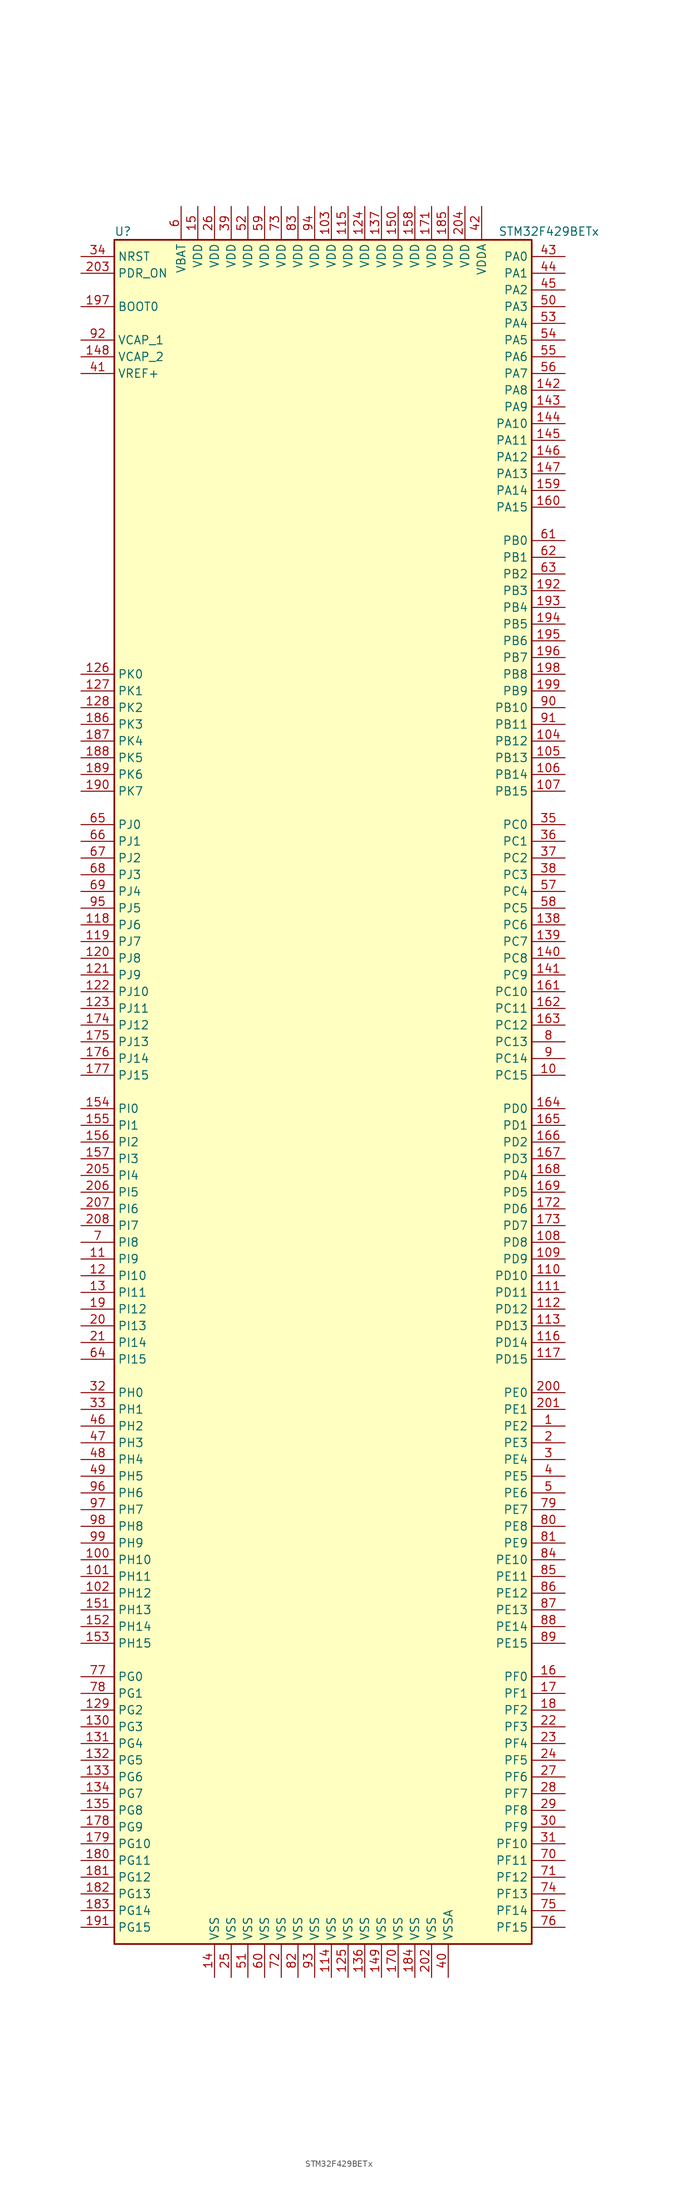
<source format=kicad_sym>
(kicad_symbol_lib
  (version 20201005)
  (generator kicad_symbol_editor)
  (symbol "STM32F429BETx"
    (property "Reference" "U"
      (at -33.02 130.81 0)
      (effects (font (size 1.27 1.27)) (justify left)))
    (property "Value" "STM32F429BETx"
      (at 25.4 130.81 0)
      (effects (font (size 1.27 1.27)) (justify left)))
    (symbol "STM32F429BETx_0_1"
      (rectangle (start -33.02 -129.54) (end 30.48 129.54) (stroke (width 0.254)) (fill (type background))))
    (symbol "STM32F429BETx_1_1"
      (pin input line (at -38.1 119.38 0) (length 5.08) (name "BOOT0" (effects (font (size 1.27 1.27)))) (number "197" (effects (font (size 1.27 1.27)))))
      (pin input line (at -38.1 127 0) (length 5.08) (name "NRST" (effects (font (size 1.27 1.27)))) (number "34" (effects (font (size 1.27 1.27)))))
      (pin bidirectional line (at 35.56 127 180) (length 5.08) (name "PA0" (effects (font (size 1.27 1.27)))) (number "43" (effects (font (size 1.27 1.27)))))
      (pin bidirectional line (at 35.56 124.46 180) (length 5.08) (name "PA1" (effects (font (size 1.27 1.27)))) (number "44" (effects (font (size 1.27 1.27)))))
      (pin bidirectional line (at 35.56 101.6 180) (length 5.08) (name "PA10" (effects (font (size 1.27 1.27)))) (number "144" (effects (font (size 1.27 1.27)))))
      (pin bidirectional line (at 35.56 99.06 180) (length 5.08) (name "PA11" (effects (font (size 1.27 1.27)))) (number "145" (effects (font (size 1.27 1.27)))))
      (pin bidirectional line (at 35.56 96.52 180) (length 5.08) (name "PA12" (effects (font (size 1.27 1.27)))) (number "146" (effects (font (size 1.27 1.27)))))
      (pin bidirectional line (at 35.56 93.98 180) (length 5.08) (name "PA13" (effects (font (size 1.27 1.27)))) (number "147" (effects (font (size 1.27 1.27)))))
      (pin bidirectional line (at 35.56 91.44 180) (length 5.08) (name "PA14" (effects (font (size 1.27 1.27)))) (number "159" (effects (font (size 1.27 1.27)))))
      (pin bidirectional line (at 35.56 88.9 180) (length 5.08) (name "PA15" (effects (font (size 1.27 1.27)))) (number "160" (effects (font (size 1.27 1.27)))))
      (pin bidirectional line (at 35.56 121.92 180) (length 5.08) (name "PA2" (effects (font (size 1.27 1.27)))) (number "45" (effects (font (size 1.27 1.27)))))
      (pin bidirectional line (at 35.56 119.38 180) (length 5.08) (name "PA3" (effects (font (size 1.27 1.27)))) (number "50" (effects (font (size 1.27 1.27)))))
      (pin bidirectional line (at 35.56 116.84 180) (length 5.08) (name "PA4" (effects (font (size 1.27 1.27)))) (number "53" (effects (font (size 1.27 1.27)))))
      (pin bidirectional line (at 35.56 114.3 180) (length 5.08) (name "PA5" (effects (font (size 1.27 1.27)))) (number "54" (effects (font (size 1.27 1.27)))))
      (pin bidirectional line (at 35.56 111.76 180) (length 5.08) (name "PA6" (effects (font (size 1.27 1.27)))) (number "55" (effects (font (size 1.27 1.27)))))
      (pin bidirectional line (at 35.56 109.22 180) (length 5.08) (name "PA7" (effects (font (size 1.27 1.27)))) (number "56" (effects (font (size 1.27 1.27)))))
      (pin bidirectional line (at 35.56 106.68 180) (length 5.08) (name "PA8" (effects (font (size 1.27 1.27)))) (number "142" (effects (font (size 1.27 1.27)))))
      (pin bidirectional line (at 35.56 104.14 180) (length 5.08) (name "PA9" (effects (font (size 1.27 1.27)))) (number "143" (effects (font (size 1.27 1.27)))))
      (pin bidirectional line (at 35.56 83.82 180) (length 5.08) (name "PB0" (effects (font (size 1.27 1.27)))) (number "61" (effects (font (size 1.27 1.27)))))
      (pin bidirectional line (at 35.56 81.28 180) (length 5.08) (name "PB1" (effects (font (size 1.27 1.27)))) (number "62" (effects (font (size 1.27 1.27)))))
      (pin bidirectional line (at 35.56 58.42 180) (length 5.08) (name "PB10" (effects (font (size 1.27 1.27)))) (number "90" (effects (font (size 1.27 1.27)))))
      (pin bidirectional line (at 35.56 55.88 180) (length 5.08) (name "PB11" (effects (font (size 1.27 1.27)))) (number "91" (effects (font (size 1.27 1.27)))))
      (pin bidirectional line (at 35.56 53.34 180) (length 5.08) (name "PB12" (effects (font (size 1.27 1.27)))) (number "104" (effects (font (size 1.27 1.27)))))
      (pin bidirectional line (at 35.56 50.8 180) (length 5.08) (name "PB13" (effects (font (size 1.27 1.27)))) (number "105" (effects (font (size 1.27 1.27)))))
      (pin bidirectional line (at 35.56 48.26 180) (length 5.08) (name "PB14" (effects (font (size 1.27 1.27)))) (number "106" (effects (font (size 1.27 1.27)))))
      (pin bidirectional line (at 35.56 45.72 180) (length 5.08) (name "PB15" (effects (font (size 1.27 1.27)))) (number "107" (effects (font (size 1.27 1.27)))))
      (pin bidirectional line (at 35.56 78.74 180) (length 5.08) (name "PB2" (effects (font (size 1.27 1.27)))) (number "63" (effects (font (size 1.27 1.27)))))
      (pin bidirectional line (at 35.56 76.2 180) (length 5.08) (name "PB3" (effects (font (size 1.27 1.27)))) (number "192" (effects (font (size 1.27 1.27)))))
      (pin bidirectional line (at 35.56 73.66 180) (length 5.08) (name "PB4" (effects (font (size 1.27 1.27)))) (number "193" (effects (font (size 1.27 1.27)))))
      (pin bidirectional line (at 35.56 71.12 180) (length 5.08) (name "PB5" (effects (font (size 1.27 1.27)))) (number "194" (effects (font (size 1.27 1.27)))))
      (pin bidirectional line (at 35.56 68.58 180) (length 5.08) (name "PB6" (effects (font (size 1.27 1.27)))) (number "195" (effects (font (size 1.27 1.27)))))
      (pin bidirectional line (at 35.56 66.04 180) (length 5.08) (name "PB7" (effects (font (size 1.27 1.27)))) (number "196" (effects (font (size 1.27 1.27)))))
      (pin bidirectional line (at 35.56 63.5 180) (length 5.08) (name "PB8" (effects (font (size 1.27 1.27)))) (number "198" (effects (font (size 1.27 1.27)))))
      (pin bidirectional line (at 35.56 60.96 180) (length 5.08) (name "PB9" (effects (font (size 1.27 1.27)))) (number "199" (effects (font (size 1.27 1.27)))))
      (pin bidirectional line (at 35.56 40.64 180) (length 5.08) (name "PC0" (effects (font (size 1.27 1.27)))) (number "35" (effects (font (size 1.27 1.27)))))
      (pin bidirectional line (at 35.56 38.1 180) (length 5.08) (name "PC1" (effects (font (size 1.27 1.27)))) (number "36" (effects (font (size 1.27 1.27)))))
      (pin bidirectional line (at 35.56 15.24 180) (length 5.08) (name "PC10" (effects (font (size 1.27 1.27)))) (number "161" (effects (font (size 1.27 1.27)))))
      (pin bidirectional line (at 35.56 12.7 180) (length 5.08) (name "PC11" (effects (font (size 1.27 1.27)))) (number "162" (effects (font (size 1.27 1.27)))))
      (pin bidirectional line (at 35.56 10.16 180) (length 5.08) (name "PC12" (effects (font (size 1.27 1.27)))) (number "163" (effects (font (size 1.27 1.27)))))
      (pin bidirectional line (at 35.56 7.62 180) (length 5.08) (name "PC13" (effects (font (size 1.27 1.27)))) (number "8" (effects (font (size 1.27 1.27)))))
      (pin bidirectional line (at 35.56 5.08 180) (length 5.08) (name "PC14" (effects (font (size 1.27 1.27)))) (number "9" (effects (font (size 1.27 1.27)))))
      (pin bidirectional line (at 35.56 2.54 180) (length 5.08) (name "PC15" (effects (font (size 1.27 1.27)))) (number "10" (effects (font (size 1.27 1.27)))))
      (pin bidirectional line (at 35.56 35.56 180) (length 5.08) (name "PC2" (effects (font (size 1.27 1.27)))) (number "37" (effects (font (size 1.27 1.27)))))
      (pin bidirectional line (at 35.56 33.02 180) (length 5.08) (name "PC3" (effects (font (size 1.27 1.27)))) (number "38" (effects (font (size 1.27 1.27)))))
      (pin bidirectional line (at 35.56 30.48 180) (length 5.08) (name "PC4" (effects (font (size 1.27 1.27)))) (number "57" (effects (font (size 1.27 1.27)))))
      (pin bidirectional line (at 35.56 27.94 180) (length 5.08) (name "PC5" (effects (font (size 1.27 1.27)))) (number "58" (effects (font (size 1.27 1.27)))))
      (pin bidirectional line (at 35.56 25.4 180) (length 5.08) (name "PC6" (effects (font (size 1.27 1.27)))) (number "138" (effects (font (size 1.27 1.27)))))
      (pin bidirectional line (at 35.56 22.86 180) (length 5.08) (name "PC7" (effects (font (size 1.27 1.27)))) (number "139" (effects (font (size 1.27 1.27)))))
      (pin bidirectional line (at 35.56 20.32 180) (length 5.08) (name "PC8" (effects (font (size 1.27 1.27)))) (number "140" (effects (font (size 1.27 1.27)))))
      (pin bidirectional line (at 35.56 17.78 180) (length 5.08) (name "PC9" (effects (font (size 1.27 1.27)))) (number "141" (effects (font (size 1.27 1.27)))))
      (pin bidirectional line (at 35.56 -2.54 180) (length 5.08) (name "PD0" (effects (font (size 1.27 1.27)))) (number "164" (effects (font (size 1.27 1.27)))))
      (pin bidirectional line (at 35.56 -5.08 180) (length 5.08) (name "PD1" (effects (font (size 1.27 1.27)))) (number "165" (effects (font (size 1.27 1.27)))))
      (pin bidirectional line (at 35.56 -27.94 180) (length 5.08) (name "PD10" (effects (font (size 1.27 1.27)))) (number "110" (effects (font (size 1.27 1.27)))))
      (pin bidirectional line (at 35.56 -30.48 180) (length 5.08) (name "PD11" (effects (font (size 1.27 1.27)))) (number "111" (effects (font (size 1.27 1.27)))))
      (pin bidirectional line (at 35.56 -33.02 180) (length 5.08) (name "PD12" (effects (font (size 1.27 1.27)))) (number "112" (effects (font (size 1.27 1.27)))))
      (pin bidirectional line (at 35.56 -35.56 180) (length 5.08) (name "PD13" (effects (font (size 1.27 1.27)))) (number "113" (effects (font (size 1.27 1.27)))))
      (pin bidirectional line (at 35.56 -38.1 180) (length 5.08) (name "PD14" (effects (font (size 1.27 1.27)))) (number "116" (effects (font (size 1.27 1.27)))))
      (pin bidirectional line (at 35.56 -40.64 180) (length 5.08) (name "PD15" (effects (font (size 1.27 1.27)))) (number "117" (effects (font (size 1.27 1.27)))))
      (pin bidirectional line (at 35.56 -7.62 180) (length 5.08) (name "PD2" (effects (font (size 1.27 1.27)))) (number "166" (effects (font (size 1.27 1.27)))))
      (pin bidirectional line (at 35.56 -10.16 180) (length 5.08) (name "PD3" (effects (font (size 1.27 1.27)))) (number "167" (effects (font (size 1.27 1.27)))))
      (pin bidirectional line (at 35.56 -12.7 180) (length 5.08) (name "PD4" (effects (font (size 1.27 1.27)))) (number "168" (effects (font (size 1.27 1.27)))))
      (pin bidirectional line (at 35.56 -15.24 180) (length 5.08) (name "PD5" (effects (font (size 1.27 1.27)))) (number "169" (effects (font (size 1.27 1.27)))))
      (pin bidirectional line (at 35.56 -17.78 180) (length 5.08) (name "PD6" (effects (font (size 1.27 1.27)))) (number "172" (effects (font (size 1.27 1.27)))))
      (pin bidirectional line (at 35.56 -20.32 180) (length 5.08) (name "PD7" (effects (font (size 1.27 1.27)))) (number "173" (effects (font (size 1.27 1.27)))))
      (pin bidirectional line (at 35.56 -22.86 180) (length 5.08) (name "PD8" (effects (font (size 1.27 1.27)))) (number "108" (effects (font (size 1.27 1.27)))))
      (pin bidirectional line (at 35.56 -25.4 180) (length 5.08) (name "PD9" (effects (font (size 1.27 1.27)))) (number "109" (effects (font (size 1.27 1.27)))))
      (pin input line (at -38.1 124.46 0) (length 5.08) (name "PDR_ON" (effects (font (size 1.27 1.27)))) (number "203" (effects (font (size 1.27 1.27)))))
      (pin bidirectional line (at 35.56 -45.72 180) (length 5.08) (name "PE0" (effects (font (size 1.27 1.27)))) (number "200" (effects (font (size 1.27 1.27)))))
      (pin bidirectional line (at 35.56 -48.26 180) (length 5.08) (name "PE1" (effects (font (size 1.27 1.27)))) (number "201" (effects (font (size 1.27 1.27)))))
      (pin bidirectional line (at 35.56 -71.12 180) (length 5.08) (name "PE10" (effects (font (size 1.27 1.27)))) (number "84" (effects (font (size 1.27 1.27)))))
      (pin bidirectional line (at 35.56 -73.66 180) (length 5.08) (name "PE11" (effects (font (size 1.27 1.27)))) (number "85" (effects (font (size 1.27 1.27)))))
      (pin bidirectional line (at 35.56 -76.2 180) (length 5.08) (name "PE12" (effects (font (size 1.27 1.27)))) (number "86" (effects (font (size 1.27 1.27)))))
      (pin bidirectional line (at 35.56 -78.74 180) (length 5.08) (name "PE13" (effects (font (size 1.27 1.27)))) (number "87" (effects (font (size 1.27 1.27)))))
      (pin bidirectional line (at 35.56 -81.28 180) (length 5.08) (name "PE14" (effects (font (size 1.27 1.27)))) (number "88" (effects (font (size 1.27 1.27)))))
      (pin bidirectional line (at 35.56 -83.82 180) (length 5.08) (name "PE15" (effects (font (size 1.27 1.27)))) (number "89" (effects (font (size 1.27 1.27)))))
      (pin bidirectional line (at 35.56 -50.8 180) (length 5.08) (name "PE2" (effects (font (size 1.27 1.27)))) (number "1" (effects (font (size 1.27 1.27)))))
      (pin bidirectional line (at 35.56 -53.34 180) (length 5.08) (name "PE3" (effects (font (size 1.27 1.27)))) (number "2" (effects (font (size 1.27 1.27)))))
      (pin bidirectional line (at 35.56 -55.88 180) (length 5.08) (name "PE4" (effects (font (size 1.27 1.27)))) (number "3" (effects (font (size 1.27 1.27)))))
      (pin bidirectional line (at 35.56 -58.42 180) (length 5.08) (name "PE5" (effects (font (size 1.27 1.27)))) (number "4" (effects (font (size 1.27 1.27)))))
      (pin bidirectional line (at 35.56 -60.96 180) (length 5.08) (name "PE6" (effects (font (size 1.27 1.27)))) (number "5" (effects (font (size 1.27 1.27)))))
      (pin bidirectional line (at 35.56 -63.5 180) (length 5.08) (name "PE7" (effects (font (size 1.27 1.27)))) (number "79" (effects (font (size 1.27 1.27)))))
      (pin bidirectional line (at 35.56 -66.04 180) (length 5.08) (name "PE8" (effects (font (size 1.27 1.27)))) (number "80" (effects (font (size 1.27 1.27)))))
      (pin bidirectional line (at 35.56 -68.58 180) (length 5.08) (name "PE9" (effects (font (size 1.27 1.27)))) (number "81" (effects (font (size 1.27 1.27)))))
      (pin bidirectional line (at 35.56 -88.9 180) (length 5.08) (name "PF0" (effects (font (size 1.27 1.27)))) (number "16" (effects (font (size 1.27 1.27)))))
      (pin bidirectional line (at 35.56 -91.44 180) (length 5.08) (name "PF1" (effects (font (size 1.27 1.27)))) (number "17" (effects (font (size 1.27 1.27)))))
      (pin bidirectional line (at 35.56 -114.3 180) (length 5.08) (name "PF10" (effects (font (size 1.27 1.27)))) (number "31" (effects (font (size 1.27 1.27)))))
      (pin bidirectional line (at 35.56 -116.84 180) (length 5.08) (name "PF11" (effects (font (size 1.27 1.27)))) (number "70" (effects (font (size 1.27 1.27)))))
      (pin bidirectional line (at 35.56 -119.38 180) (length 5.08) (name "PF12" (effects (font (size 1.27 1.27)))) (number "71" (effects (font (size 1.27 1.27)))))
      (pin bidirectional line (at 35.56 -121.92 180) (length 5.08) (name "PF13" (effects (font (size 1.27 1.27)))) (number "74" (effects (font (size 1.27 1.27)))))
      (pin bidirectional line (at 35.56 -124.46 180) (length 5.08) (name "PF14" (effects (font (size 1.27 1.27)))) (number "75" (effects (font (size 1.27 1.27)))))
      (pin bidirectional line (at 35.56 -127 180) (length 5.08) (name "PF15" (effects (font (size 1.27 1.27)))) (number "76" (effects (font (size 1.27 1.27)))))
      (pin bidirectional line (at 35.56 -93.98 180) (length 5.08) (name "PF2" (effects (font (size 1.27 1.27)))) (number "18" (effects (font (size 1.27 1.27)))))
      (pin bidirectional line (at 35.56 -96.52 180) (length 5.08) (name "PF3" (effects (font (size 1.27 1.27)))) (number "22" (effects (font (size 1.27 1.27)))))
      (pin bidirectional line (at 35.56 -99.06 180) (length 5.08) (name "PF4" (effects (font (size 1.27 1.27)))) (number "23" (effects (font (size 1.27 1.27)))))
      (pin bidirectional line (at 35.56 -101.6 180) (length 5.08) (name "PF5" (effects (font (size 1.27 1.27)))) (number "24" (effects (font (size 1.27 1.27)))))
      (pin bidirectional line (at 35.56 -104.14 180) (length 5.08) (name "PF6" (effects (font (size 1.27 1.27)))) (number "27" (effects (font (size 1.27 1.27)))))
      (pin bidirectional line (at 35.56 -106.68 180) (length 5.08) (name "PF7" (effects (font (size 1.27 1.27)))) (number "28" (effects (font (size 1.27 1.27)))))
      (pin bidirectional line (at 35.56 -109.22 180) (length 5.08) (name "PF8" (effects (font (size 1.27 1.27)))) (number "29" (effects (font (size 1.27 1.27)))))
      (pin bidirectional line (at 35.56 -111.76 180) (length 5.08) (name "PF9" (effects (font (size 1.27 1.27)))) (number "30" (effects (font (size 1.27 1.27)))))
      (pin bidirectional line (at -38.1 -88.9 0) (length 5.08) (name "PG0" (effects (font (size 1.27 1.27)))) (number "77" (effects (font (size 1.27 1.27)))))
      (pin bidirectional line (at -38.1 -91.44 0) (length 5.08) (name "PG1" (effects (font (size 1.27 1.27)))) (number "78" (effects (font (size 1.27 1.27)))))
      (pin bidirectional line (at -38.1 -114.3 0) (length 5.08) (name "PG10" (effects (font (size 1.27 1.27)))) (number "179" (effects (font (size 1.27 1.27)))))
      (pin bidirectional line (at -38.1 -116.84 0) (length 5.08) (name "PG11" (effects (font (size 1.27 1.27)))) (number "180" (effects (font (size 1.27 1.27)))))
      (pin bidirectional line (at -38.1 -119.38 0) (length 5.08) (name "PG12" (effects (font (size 1.27 1.27)))) (number "181" (effects (font (size 1.27 1.27)))))
      (pin bidirectional line (at -38.1 -121.92 0) (length 5.08) (name "PG13" (effects (font (size 1.27 1.27)))) (number "182" (effects (font (size 1.27 1.27)))))
      (pin bidirectional line (at -38.1 -124.46 0) (length 5.08) (name "PG14" (effects (font (size 1.27 1.27)))) (number "183" (effects (font (size 1.27 1.27)))))
      (pin bidirectional line (at -38.1 -127 0) (length 5.08) (name "PG15" (effects (font (size 1.27 1.27)))) (number "191" (effects (font (size 1.27 1.27)))))
      (pin bidirectional line (at -38.1 -93.98 0) (length 5.08) (name "PG2" (effects (font (size 1.27 1.27)))) (number "129" (effects (font (size 1.27 1.27)))))
      (pin bidirectional line (at -38.1 -96.52 0) (length 5.08) (name "PG3" (effects (font (size 1.27 1.27)))) (number "130" (effects (font (size 1.27 1.27)))))
      (pin bidirectional line (at -38.1 -99.06 0) (length 5.08) (name "PG4" (effects (font (size 1.27 1.27)))) (number "131" (effects (font (size 1.27 1.27)))))
      (pin bidirectional line (at -38.1 -101.6 0) (length 5.08) (name "PG5" (effects (font (size 1.27 1.27)))) (number "132" (effects (font (size 1.27 1.27)))))
      (pin bidirectional line (at -38.1 -104.14 0) (length 5.08) (name "PG6" (effects (font (size 1.27 1.27)))) (number "133" (effects (font (size 1.27 1.27)))))
      (pin bidirectional line (at -38.1 -106.68 0) (length 5.08) (name "PG7" (effects (font (size 1.27 1.27)))) (number "134" (effects (font (size 1.27 1.27)))))
      (pin bidirectional line (at -38.1 -109.22 0) (length 5.08) (name "PG8" (effects (font (size 1.27 1.27)))) (number "135" (effects (font (size 1.27 1.27)))))
      (pin bidirectional line (at -38.1 -111.76 0) (length 5.08) (name "PG9" (effects (font (size 1.27 1.27)))) (number "178" (effects (font (size 1.27 1.27)))))
      (pin input line (at -38.1 -45.72 0) (length 5.08) (name "PH0" (effects (font (size 1.27 1.27)))) (number "32" (effects (font (size 1.27 1.27)))))
      (pin input line (at -38.1 -48.26 0) (length 5.08) (name "PH1" (effects (font (size 1.27 1.27)))) (number "33" (effects (font (size 1.27 1.27)))))
      (pin bidirectional line (at -38.1 -71.12 0) (length 5.08) (name "PH10" (effects (font (size 1.27 1.27)))) (number "100" (effects (font (size 1.27 1.27)))))
      (pin bidirectional line (at -38.1 -73.66 0) (length 5.08) (name "PH11" (effects (font (size 1.27 1.27)))) (number "101" (effects (font (size 1.27 1.27)))))
      (pin bidirectional line (at -38.1 -76.2 0) (length 5.08) (name "PH12" (effects (font (size 1.27 1.27)))) (number "102" (effects (font (size 1.27 1.27)))))
      (pin bidirectional line (at -38.1 -78.74 0) (length 5.08) (name "PH13" (effects (font (size 1.27 1.27)))) (number "151" (effects (font (size 1.27 1.27)))))
      (pin bidirectional line (at -38.1 -81.28 0) (length 5.08) (name "PH14" (effects (font (size 1.27 1.27)))) (number "152" (effects (font (size 1.27 1.27)))))
      (pin bidirectional line (at -38.1 -83.82 0) (length 5.08) (name "PH15" (effects (font (size 1.27 1.27)))) (number "153" (effects (font (size 1.27 1.27)))))
      (pin bidirectional line (at -38.1 -50.8 0) (length 5.08) (name "PH2" (effects (font (size 1.27 1.27)))) (number "46" (effects (font (size 1.27 1.27)))))
      (pin bidirectional line (at -38.1 -53.34 0) (length 5.08) (name "PH3" (effects (font (size 1.27 1.27)))) (number "47" (effects (font (size 1.27 1.27)))))
      (pin bidirectional line (at -38.1 -55.88 0) (length 5.08) (name "PH4" (effects (font (size 1.27 1.27)))) (number "48" (effects (font (size 1.27 1.27)))))
      (pin bidirectional line (at -38.1 -58.42 0) (length 5.08) (name "PH5" (effects (font (size 1.27 1.27)))) (number "49" (effects (font (size 1.27 1.27)))))
      (pin bidirectional line (at -38.1 -60.96 0) (length 5.08) (name "PH6" (effects (font (size 1.27 1.27)))) (number "96" (effects (font (size 1.27 1.27)))))
      (pin bidirectional line (at -38.1 -63.5 0) (length 5.08) (name "PH7" (effects (font (size 1.27 1.27)))) (number "97" (effects (font (size 1.27 1.27)))))
      (pin bidirectional line (at -38.1 -66.04 0) (length 5.08) (name "PH8" (effects (font (size 1.27 1.27)))) (number "98" (effects (font (size 1.27 1.27)))))
      (pin bidirectional line (at -38.1 -68.58 0) (length 5.08) (name "PH9" (effects (font (size 1.27 1.27)))) (number "99" (effects (font (size 1.27 1.27)))))
      (pin bidirectional line (at -38.1 -2.54 0) (length 5.08) (name "PI0" (effects (font (size 1.27 1.27)))) (number "154" (effects (font (size 1.27 1.27)))))
      (pin bidirectional line (at -38.1 -5.08 0) (length 5.08) (name "PI1" (effects (font (size 1.27 1.27)))) (number "155" (effects (font (size 1.27 1.27)))))
      (pin bidirectional line (at -38.1 -27.94 0) (length 5.08) (name "PI10" (effects (font (size 1.27 1.27)))) (number "12" (effects (font (size 1.27 1.27)))))
      (pin bidirectional line (at -38.1 -30.48 0) (length 5.08) (name "PI11" (effects (font (size 1.27 1.27)))) (number "13" (effects (font (size 1.27 1.27)))))
      (pin bidirectional line (at -38.1 -33.02 0) (length 5.08) (name "PI12" (effects (font (size 1.27 1.27)))) (number "19" (effects (font (size 1.27 1.27)))))
      (pin bidirectional line (at -38.1 -35.56 0) (length 5.08) (name "PI13" (effects (font (size 1.27 1.27)))) (number "20" (effects (font (size 1.27 1.27)))))
      (pin bidirectional line (at -38.1 -38.1 0) (length 5.08) (name "PI14" (effects (font (size 1.27 1.27)))) (number "21" (effects (font (size 1.27 1.27)))))
      (pin bidirectional line (at -38.1 -40.64 0) (length 5.08) (name "PI15" (effects (font (size 1.27 1.27)))) (number "64" (effects (font (size 1.27 1.27)))))
      (pin bidirectional line (at -38.1 -7.62 0) (length 5.08) (name "PI2" (effects (font (size 1.27 1.27)))) (number "156" (effects (font (size 1.27 1.27)))))
      (pin bidirectional line (at -38.1 -10.16 0) (length 5.08) (name "PI3" (effects (font (size 1.27 1.27)))) (number "157" (effects (font (size 1.27 1.27)))))
      (pin bidirectional line (at -38.1 -12.7 0) (length 5.08) (name "PI4" (effects (font (size 1.27 1.27)))) (number "205" (effects (font (size 1.27 1.27)))))
      (pin bidirectional line (at -38.1 -15.24 0) (length 5.08) (name "PI5" (effects (font (size 1.27 1.27)))) (number "206" (effects (font (size 1.27 1.27)))))
      (pin bidirectional line (at -38.1 -17.78 0) (length 5.08) (name "PI6" (effects (font (size 1.27 1.27)))) (number "207" (effects (font (size 1.27 1.27)))))
      (pin bidirectional line (at -38.1 -20.32 0) (length 5.08) (name "PI7" (effects (font (size 1.27 1.27)))) (number "208" (effects (font (size 1.27 1.27)))))
      (pin bidirectional line (at -38.1 -22.86 0) (length 5.08) (name "PI8" (effects (font (size 1.27 1.27)))) (number "7" (effects (font (size 1.27 1.27)))))
      (pin bidirectional line (at -38.1 -25.4 0) (length 5.08) (name "PI9" (effects (font (size 1.27 1.27)))) (number "11" (effects (font (size 1.27 1.27)))))
      (pin bidirectional line (at -38.1 40.64 0) (length 5.08) (name "PJ0" (effects (font (size 1.27 1.27)))) (number "65" (effects (font (size 1.27 1.27)))))
      (pin bidirectional line (at -38.1 38.1 0) (length 5.08) (name "PJ1" (effects (font (size 1.27 1.27)))) (number "66" (effects (font (size 1.27 1.27)))))
      (pin bidirectional line (at -38.1 15.24 0) (length 5.08) (name "PJ10" (effects (font (size 1.27 1.27)))) (number "122" (effects (font (size 1.27 1.27)))))
      (pin bidirectional line (at -38.1 12.7 0) (length 5.08) (name "PJ11" (effects (font (size 1.27 1.27)))) (number "123" (effects (font (size 1.27 1.27)))))
      (pin bidirectional line (at -38.1 10.16 0) (length 5.08) (name "PJ12" (effects (font (size 1.27 1.27)))) (number "174" (effects (font (size 1.27 1.27)))))
      (pin bidirectional line (at -38.1 7.62 0) (length 5.08) (name "PJ13" (effects (font (size 1.27 1.27)))) (number "175" (effects (font (size 1.27 1.27)))))
      (pin bidirectional line (at -38.1 5.08 0) (length 5.08) (name "PJ14" (effects (font (size 1.27 1.27)))) (number "176" (effects (font (size 1.27 1.27)))))
      (pin bidirectional line (at -38.1 2.54 0) (length 5.08) (name "PJ15" (effects (font (size 1.27 1.27)))) (number "177" (effects (font (size 1.27 1.27)))))
      (pin bidirectional line (at -38.1 35.56 0) (length 5.08) (name "PJ2" (effects (font (size 1.27 1.27)))) (number "67" (effects (font (size 1.27 1.27)))))
      (pin bidirectional line (at -38.1 33.02 0) (length 5.08) (name "PJ3" (effects (font (size 1.27 1.27)))) (number "68" (effects (font (size 1.27 1.27)))))
      (pin bidirectional line (at -38.1 30.48 0) (length 5.08) (name "PJ4" (effects (font (size 1.27 1.27)))) (number "69" (effects (font (size 1.27 1.27)))))
      (pin bidirectional line (at -38.1 27.94 0) (length 5.08) (name "PJ5" (effects (font (size 1.27 1.27)))) (number "95" (effects (font (size 1.27 1.27)))))
      (pin bidirectional line (at -38.1 25.4 0) (length 5.08) (name "PJ6" (effects (font (size 1.27 1.27)))) (number "118" (effects (font (size 1.27 1.27)))))
      (pin bidirectional line (at -38.1 22.86 0) (length 5.08) (name "PJ7" (effects (font (size 1.27 1.27)))) (number "119" (effects (font (size 1.27 1.27)))))
      (pin bidirectional line (at -38.1 20.32 0) (length 5.08) (name "PJ8" (effects (font (size 1.27 1.27)))) (number "120" (effects (font (size 1.27 1.27)))))
      (pin bidirectional line (at -38.1 17.78 0) (length 5.08) (name "PJ9" (effects (font (size 1.27 1.27)))) (number "121" (effects (font (size 1.27 1.27)))))
      (pin bidirectional line (at -38.1 63.5 0) (length 5.08) (name "PK0" (effects (font (size 1.27 1.27)))) (number "126" (effects (font (size 1.27 1.27)))))
      (pin bidirectional line (at -38.1 60.96 0) (length 5.08) (name "PK1" (effects (font (size 1.27 1.27)))) (number "127" (effects (font (size 1.27 1.27)))))
      (pin bidirectional line (at -38.1 58.42 0) (length 5.08) (name "PK2" (effects (font (size 1.27 1.27)))) (number "128" (effects (font (size 1.27 1.27)))))
      (pin bidirectional line (at -38.1 55.88 0) (length 5.08) (name "PK3" (effects (font (size 1.27 1.27)))) (number "186" (effects (font (size 1.27 1.27)))))
      (pin bidirectional line (at -38.1 53.34 0) (length 5.08) (name "PK4" (effects (font (size 1.27 1.27)))) (number "187" (effects (font (size 1.27 1.27)))))
      (pin bidirectional line (at -38.1 50.8 0) (length 5.08) (name "PK5" (effects (font (size 1.27 1.27)))) (number "188" (effects (font (size 1.27 1.27)))))
      (pin bidirectional line (at -38.1 48.26 0) (length 5.08) (name "PK6" (effects (font (size 1.27 1.27)))) (number "189" (effects (font (size 1.27 1.27)))))
      (pin bidirectional line (at -38.1 45.72 0) (length 5.08) (name "PK7" (effects (font (size 1.27 1.27)))) (number "190" (effects (font (size 1.27 1.27)))))
      (pin power_in line (at -22.86 134.62 270) (length 5.08) (name "VBAT" (effects (font (size 1.27 1.27)))) (number "6" (effects (font (size 1.27 1.27)))))
      (pin power_in line (at -38.1 114.3 0) (length 5.08) (name "VCAP_1" (effects (font (size 1.27 1.27)))) (number "92" (effects (font (size 1.27 1.27)))))
      (pin power_in line (at -38.1 111.76 0) (length 5.08) (name "VCAP_2" (effects (font (size 1.27 1.27)))) (number "148" (effects (font (size 1.27 1.27)))))
      (pin power_in line (at 0 134.62 270) (length 5.08) (name "VDD" (effects (font (size 1.27 1.27)))) (number "103" (effects (font (size 1.27 1.27)))))
      (pin power_in line (at 2.54 134.62 270) (length 5.08) (name "VDD" (effects (font (size 1.27 1.27)))) (number "115" (effects (font (size 1.27 1.27)))))
      (pin power_in line (at 5.08 134.62 270) (length 5.08) (name "VDD" (effects (font (size 1.27 1.27)))) (number "124" (effects (font (size 1.27 1.27)))))
      (pin power_in line (at 7.62 134.62 270) (length 5.08) (name "VDD" (effects (font (size 1.27 1.27)))) (number "137" (effects (font (size 1.27 1.27)))))
      (pin power_in line (at -20.32 134.62 270) (length 5.08) (name "VDD" (effects (font (size 1.27 1.27)))) (number "15" (effects (font (size 1.27 1.27)))))
      (pin power_in line (at 10.16 134.62 270) (length 5.08) (name "VDD" (effects (font (size 1.27 1.27)))) (number "150" (effects (font (size 1.27 1.27)))))
      (pin power_in line (at 12.7 134.62 270) (length 5.08) (name "VDD" (effects (font (size 1.27 1.27)))) (number "158" (effects (font (size 1.27 1.27)))))
      (pin power_in line (at 15.24 134.62 270) (length 5.08) (name "VDD" (effects (font (size 1.27 1.27)))) (number "171" (effects (font (size 1.27 1.27)))))
      (pin power_in line (at 17.78 134.62 270) (length 5.08) (name "VDD" (effects (font (size 1.27 1.27)))) (number "185" (effects (font (size 1.27 1.27)))))
      (pin power_in line (at 20.32 134.62 270) (length 5.08) (name "VDD" (effects (font (size 1.27 1.27)))) (number "204" (effects (font (size 1.27 1.27)))))
      (pin power_in line (at -17.78 134.62 270) (length 5.08) (name "VDD" (effects (font (size 1.27 1.27)))) (number "26" (effects (font (size 1.27 1.27)))))
      (pin power_in line (at -15.24 134.62 270) (length 5.08) (name "VDD" (effects (font (size 1.27 1.27)))) (number "39" (effects (font (size 1.27 1.27)))))
      (pin power_in line (at -12.7 134.62 270) (length 5.08) (name "VDD" (effects (font (size 1.27 1.27)))) (number "52" (effects (font (size 1.27 1.27)))))
      (pin power_in line (at -10.16 134.62 270) (length 5.08) (name "VDD" (effects (font (size 1.27 1.27)))) (number "59" (effects (font (size 1.27 1.27)))))
      (pin power_in line (at -7.62 134.62 270) (length 5.08) (name "VDD" (effects (font (size 1.27 1.27)))) (number "73" (effects (font (size 1.27 1.27)))))
      (pin power_in line (at -5.08 134.62 270) (length 5.08) (name "VDD" (effects (font (size 1.27 1.27)))) (number "83" (effects (font (size 1.27 1.27)))))
      (pin power_in line (at -2.54 134.62 270) (length 5.08) (name "VDD" (effects (font (size 1.27 1.27)))) (number "94" (effects (font (size 1.27 1.27)))))
      (pin power_in line (at 22.86 134.62 270) (length 5.08) (name "VDDA" (effects (font (size 1.27 1.27)))) (number "42" (effects (font (size 1.27 1.27)))))
      (pin power_in line (at -38.1 109.22 0) (length 5.08) (name "VREF+" (effects (font (size 1.27 1.27)))) (number "41" (effects (font (size 1.27 1.27)))))
      (pin power_in line (at 0 -134.62 90) (length 5.08) (name "VSS" (effects (font (size 1.27 1.27)))) (number "114" (effects (font (size 1.27 1.27)))))
      (pin power_in line (at 2.54 -134.62 90) (length 5.08) (name "VSS" (effects (font (size 1.27 1.27)))) (number "125" (effects (font (size 1.27 1.27)))))
      (pin power_in line (at 5.08 -134.62 90) (length 5.08) (name "VSS" (effects (font (size 1.27 1.27)))) (number "136" (effects (font (size 1.27 1.27)))))
      (pin power_in line (at -17.78 -134.62 90) (length 5.08) (name "VSS" (effects (font (size 1.27 1.27)))) (number "14" (effects (font (size 1.27 1.27)))))
      (pin power_in line (at 7.62 -134.62 90) (length 5.08) (name "VSS" (effects (font (size 1.27 1.27)))) (number "149" (effects (font (size 1.27 1.27)))))
      (pin power_in line (at 10.16 -134.62 90) (length 5.08) (name "VSS" (effects (font (size 1.27 1.27)))) (number "170" (effects (font (size 1.27 1.27)))))
      (pin power_in line (at 12.7 -134.62 90) (length 5.08) (name "VSS" (effects (font (size 1.27 1.27)))) (number "184" (effects (font (size 1.27 1.27)))))
      (pin power_in line (at 15.24 -134.62 90) (length 5.08) (name "VSS" (effects (font (size 1.27 1.27)))) (number "202" (effects (font (size 1.27 1.27)))))
      (pin power_in line (at -15.24 -134.62 90) (length 5.08) (name "VSS" (effects (font (size 1.27 1.27)))) (number "25" (effects (font (size 1.27 1.27)))))
      (pin power_in line (at -12.7 -134.62 90) (length 5.08) (name "VSS" (effects (font (size 1.27 1.27)))) (number "51" (effects (font (size 1.27 1.27)))))
      (pin power_in line (at -10.16 -134.62 90) (length 5.08) (name "VSS" (effects (font (size 1.27 1.27)))) (number "60" (effects (font (size 1.27 1.27)))))
      (pin power_in line (at -7.62 -134.62 90) (length 5.08) (name "VSS" (effects (font (size 1.27 1.27)))) (number "72" (effects (font (size 1.27 1.27)))))
      (pin power_in line (at -5.08 -134.62 90) (length 5.08) (name "VSS" (effects (font (size 1.27 1.27)))) (number "82" (effects (font (size 1.27 1.27)))))
      (pin power_in line (at -2.54 -134.62 90) (length 5.08) (name "VSS" (effects (font (size 1.27 1.27)))) (number "93" (effects (font (size 1.27 1.27)))))
      (pin power_in line (at 17.78 -134.62 90) (length 5.08) (name "VSSA" (effects (font (size 1.27 1.27)))) (number "40" (effects (font (size 1.27 1.27))))))))
</source>
